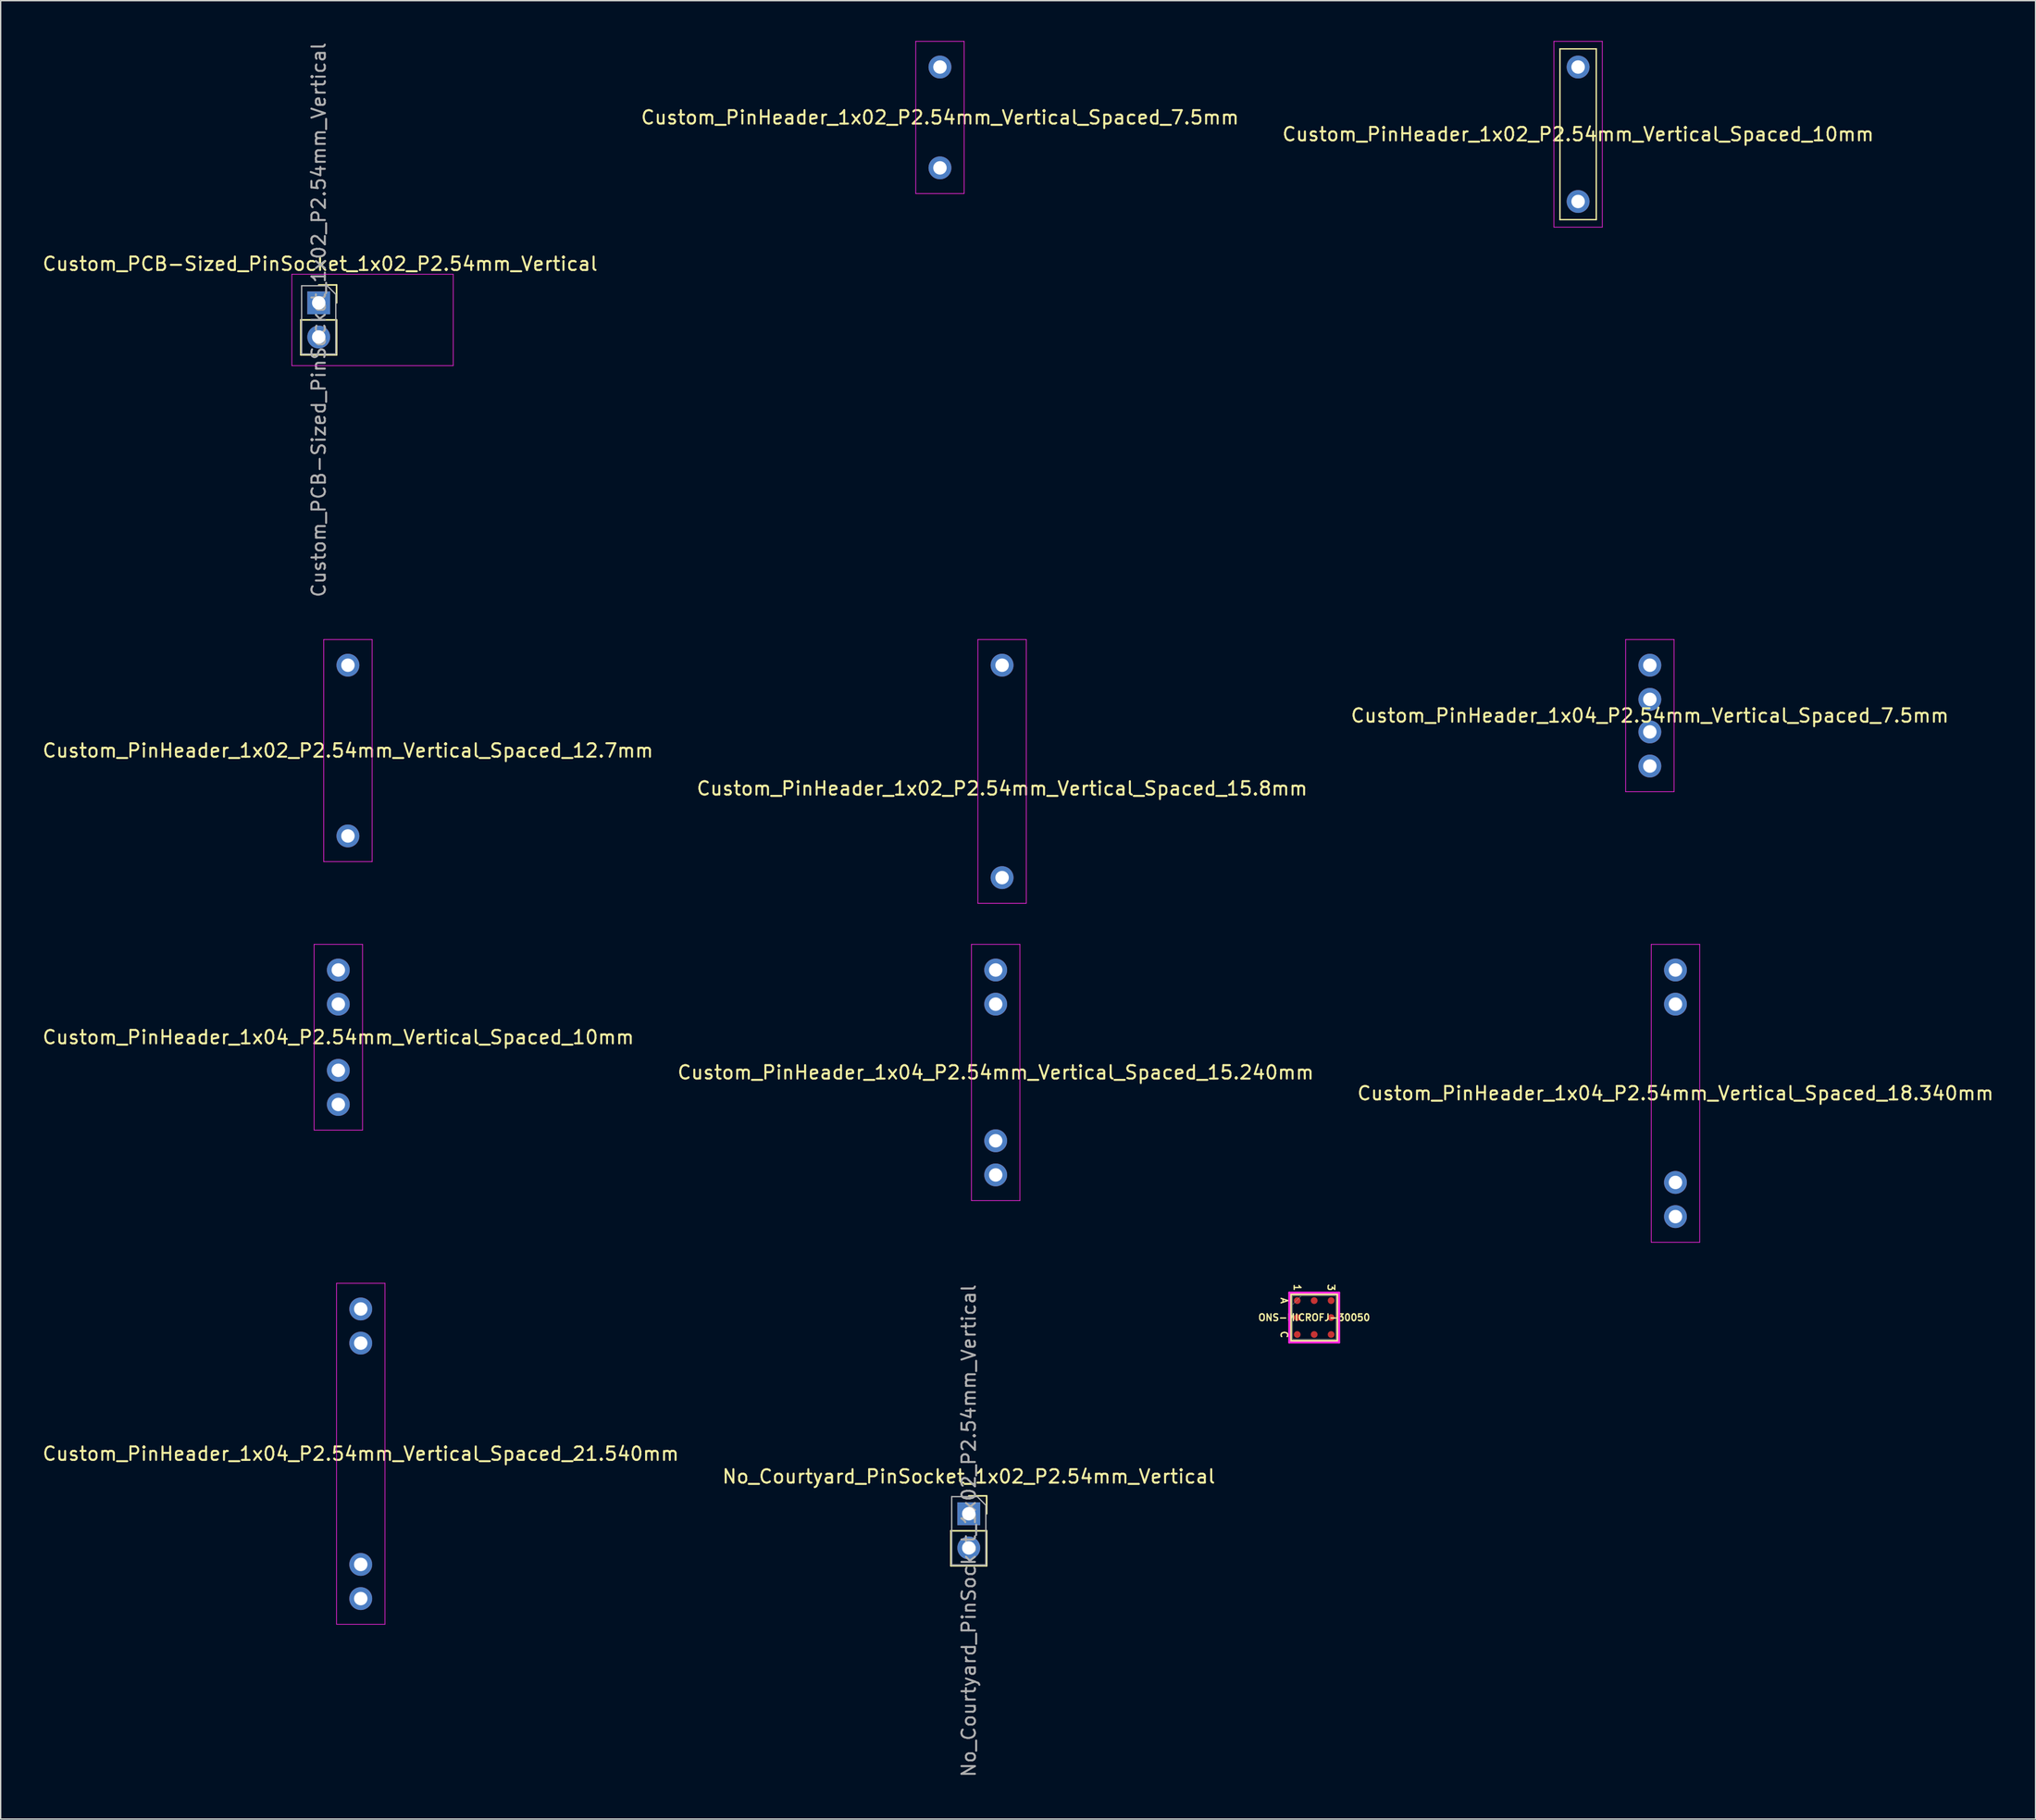
<source format=kicad_pcb>
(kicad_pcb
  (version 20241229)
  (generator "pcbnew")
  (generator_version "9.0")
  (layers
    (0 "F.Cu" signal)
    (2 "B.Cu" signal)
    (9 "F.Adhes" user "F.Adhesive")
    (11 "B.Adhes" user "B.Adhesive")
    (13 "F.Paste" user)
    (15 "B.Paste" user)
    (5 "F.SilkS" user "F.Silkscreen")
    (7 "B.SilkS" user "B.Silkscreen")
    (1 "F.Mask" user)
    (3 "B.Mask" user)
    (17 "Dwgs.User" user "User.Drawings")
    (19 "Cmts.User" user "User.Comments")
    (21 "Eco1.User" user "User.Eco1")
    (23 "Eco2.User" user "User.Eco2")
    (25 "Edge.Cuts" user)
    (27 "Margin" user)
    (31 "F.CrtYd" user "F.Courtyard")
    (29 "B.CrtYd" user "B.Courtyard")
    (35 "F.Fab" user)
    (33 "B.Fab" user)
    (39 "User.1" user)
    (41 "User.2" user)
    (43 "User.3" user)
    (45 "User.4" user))
  (footprint "Custom_PinHeader_1x04_P2.54mm_Vertical_Spaced_18.340mm"
    (layer "F.Cu")
    (at 121.506 78.263)
    (property "Reference" "Custom_PinHeader_1x04_P2.54mm_Vertical_Spaced_18.340mm" (at 0 0 0) (layer "F.SilkS") (effects (font (size 1 1) (thickness 0.15))))
    (attr through_hole)
    (fp_line (start -1.8 -11.08) (end -1.8 11.08) (stroke (width 0.05) (type solid)) (layer "F.CrtYd"))
    (fp_line (start -1.8 11.08) (end 1.8 11.08) (stroke (width 0.05) (type solid)) (layer "F.CrtYd"))
    (fp_line (start 1.8 -11.08) (end -1.8 -11.08) (stroke (width 0.05) (type solid)) (layer "F.CrtYd"))
    (fp_line (start 1.8 11.08) (end 1.8 -11.08) (stroke (width 0.05) (type solid)) (layer "F.CrtYd"))
    (fp_circle (center 0 6.02) (end 0.2 6.02) (stroke (width 0.1) (type default)) (fill no) (layer "User.1"))
    (pad "1" thru_hole circle (at 0 -9.17) (size 1.7 1.7) (drill 1) (layers "*.Cu" "*.Mask"))
    (pad "1" thru_hole oval (at 0 -6.63) (size 1.7 1.7) (drill 1) (layers "*.Cu" "*.Mask"))
    (pad "2" thru_hole oval (at 0 6.63) (size 1.7 1.7) (drill 1) (layers "*.Cu" "*.Mask"))
    (pad "2" thru_hole oval (at 0 9.17) (size 1.7 1.7) (drill 1) (layers "*.Cu" "*.Mask")))
  (footprint "Custom_PinHeader_1x02_P2.54mm_Vertical_Spaced_7.5mm"
    (layer "F.Cu")
    (at 66.827 5.685)
    (property "Reference" "Custom_PinHeader_1x02_P2.54mm_Vertical_Spaced_7.5mm" (at 0 0 0) (layer "F.SilkS") (effects (font (size 1 1) (thickness 0.15))))
    (attr through_hole)
    (fp_line (start -1.8 -5.66) (end -1.8 5.66) (stroke (width 0.05) (type solid)) (layer "F.CrtYd"))
    (fp_line (start -1.8 5.66) (end 1.8 5.66) (stroke (width 0.05) (type solid)) (layer "F.CrtYd"))
    (fp_line (start 1.8 -5.66) (end -1.8 -5.66) (stroke (width 0.05) (type solid)) (layer "F.CrtYd"))
    (fp_line (start 1.8 5.66) (end 1.8 -5.66) (stroke (width 0.05) (type solid)) (layer "F.CrtYd"))
    (pad "1" thru_hole circle (at 0 -3.75) (size 1.7 1.7) (drill 1) (layers "*.Cu" "*.Mask"))
    (pad "2" thru_hole oval (at 0 3.75) (size 1.7 1.7) (drill 1) (layers "*.Cu" "*.Mask")))
  (footprint "No_Courtyard_PinSocket_1x02_P2.54mm_Vertical"
    (layer "F.Cu")
    (at 68.97 109.533)
    (property "Reference" "No_Courtyard_PinSocket_1x02_P2.54mm_Vertical" (at 0 -2.77 0) (layer "F.SilkS") (effects (font (size 1 1) (thickness 0.15))))
    (attr through_hole)
    (fp_line (start -1.33 1.27) (end -1.33 3.87) (stroke (width 0.12) (type solid)) (layer "F.SilkS"))
    (fp_line (start -1.33 1.27) (end 1.33 1.27) (stroke (width 0.12) (type solid)) (layer "F.SilkS"))
    (fp_line (start -1.33 3.87) (end 1.33 3.87) (stroke (width 0.12) (type solid)) (layer "F.SilkS"))
    (fp_line (start 0 -1.33) (end 1.33 -1.33) (stroke (width 0.12) (type solid)) (layer "F.SilkS"))
    (fp_line (start 1.33 -1.33) (end 1.33 0) (stroke (width 0.12) (type solid)) (layer "F.SilkS"))
    (fp_line (start 1.33 1.27) (end 1.33 3.87) (stroke (width 0.12) (type solid)) (layer "F.SilkS"))
    (fp_line (start -1.27 -1.27) (end 0.635 -1.27) (stroke (width 0.1) (type solid)) (layer "F.Fab"))
    (fp_line (start -1.27 3.81) (end -1.27 -1.27) (stroke (width 0.1) (type solid)) (layer "F.Fab"))
    (fp_line (start 0.635 -1.27) (end 1.27 -0.635) (stroke (width 0.1) (type solid)) (layer "F.Fab"))
    (fp_line (start 1.27 -0.635) (end 1.27 3.81) (stroke (width 0.1) (type solid)) (layer "F.Fab"))
    (fp_line (start 1.27 3.81) (end -1.27 3.81) (stroke (width 0.1) (type solid)) (layer "F.Fab"))
    (fp_text user "${REFERENCE}" (at 0 1.27 90) (layer "F.Fab") (effects (font (size 1 1) (thickness 0.15))))
    (pad "1" thru_hole rect (at 0 0) (size 1.7 1.7) (drill 1) (layers "*.Cu" "*.Mask"))
    (pad "2" thru_hole circle (at 0 2.54) (size 1.7 1.7) (drill 1) (layers "*.Cu" "*.Mask")))
  (footprint "Custom_PCB-Sized_PinSocket_1x02_P2.54mm_Vertical"
    (layer "F.Cu")
    (at 20.644 19.474)
    (property "Reference" "Custom_PCB-Sized_PinSocket_1x02_P2.54mm_Vertical" (at 0.1 -2.9 0) (layer "F.SilkS") (effects (font (size 1 1) (thickness 0.15))))
    (attr through_hole)
    (fp_line (start -1.33 1.27) (end -1.33 3.87) (stroke (width 0.12) (type solid)) (layer "F.SilkS"))
    (fp_line (start -1.33 1.27) (end 1.33 1.27) (stroke (width 0.12) (type solid)) (layer "F.SilkS"))
    (fp_line (start -1.33 3.87) (end 1.33 3.87) (stroke (width 0.12) (type solid)) (layer "F.SilkS"))
    (fp_line (start 0 -1.33) (end 1.33 -1.33) (stroke (width 0.12) (type solid)) (layer "F.SilkS"))
    (fp_line (start 1.33 -1.33) (end 1.33 0) (stroke (width 0.12) (type solid)) (layer "F.SilkS"))
    (fp_line (start 1.33 1.27) (end 1.33 3.87) (stroke (width 0.12) (type solid)) (layer "F.SilkS"))
    (fp_line (start -2 -2.13) (end 10 -2.13) (stroke (width 0.05) (type solid)) (layer "F.CrtYd"))
    (fp_line (start -2 4.67) (end -2 -2.13) (stroke (width 0.05) (type solid)) (layer "F.CrtYd"))
    (fp_line (start 10 -2.13) (end 10 4.67) (stroke (width 0.05) (type solid)) (layer "F.CrtYd"))
    (fp_line (start 10 4.67) (end -2 4.67) (stroke (width 0.05) (type solid)) (layer "F.CrtYd"))
    (fp_line (start -1.27 -1.27) (end 0.635 -1.27) (stroke (width 0.1) (type solid)) (layer "F.Fab"))
    (fp_line (start -1.27 3.81) (end -1.27 -1.27) (stroke (width 0.1) (type solid)) (layer "F.Fab"))
    (fp_line (start 0.635 -1.27) (end 1.27 -0.635) (stroke (width 0.1) (type solid)) (layer "F.Fab"))
    (fp_line (start 1.27 -0.635) (end 1.27 3.81) (stroke (width 0.1) (type solid)) (layer "F.Fab"))
    (fp_line (start 1.27 3.81) (end -1.27 3.81) (stroke (width 0.1) (type solid)) (layer "F.Fab"))
    (fp_text user "${REFERENCE}" (at 0 1.27 90) (layer "F.Fab") (effects (font (size 1 1) (thickness 0.15))))
    (pad "1" thru_hole rect (at 0 0) (size 1.7 1.7) (drill 1) (layers "*.Cu" "*.Mask"))
    (pad "2" thru_hole circle (at 0 2.54) (size 1.7 1.7) (drill 1) (layers "*.Cu" "*.Mask")))
  (footprint "Custom_PinHeader_1x04_P2.54mm_Vertical_Spaced_15.240mm"
    (layer "F.Cu")
    (at 70.97 76.713)
    (property "Reference" "Custom_PinHeader_1x04_P2.54mm_Vertical_Spaced_15.240mm" (at 0 0 0) (layer "F.SilkS") (effects (font (size 1 1) (thickness 0.15))))
    (attr through_hole)
    (fp_line (start -1.8 -9.53) (end -1.8 9.53) (stroke (width 0.05) (type solid)) (layer "F.CrtYd"))
    (fp_line (start -1.8 9.53) (end 1.8 9.53) (stroke (width 0.05) (type solid)) (layer "F.CrtYd"))
    (fp_line (start 1.8 -9.53) (end -1.8 -9.53) (stroke (width 0.05) (type solid)) (layer "F.CrtYd"))
    (fp_line (start 1.8 9.53) (end 1.8 -9.53) (stroke (width 0.05) (type solid)) (layer "F.CrtYd"))
    (fp_circle (center 0 4.47) (end 0.2 4.47) (stroke (width 0.1) (type default)) (fill no) (layer "User.1"))
    (pad "1" thru_hole circle (at 0 -7.62) (size 1.7 1.7) (drill 1) (layers "*.Cu" "*.Mask"))
    (pad "1" thru_hole oval (at 0 -5.08) (size 1.7 1.7) (drill 1) (layers "*.Cu" "*.Mask"))
    (pad "2" thru_hole oval (at 0 5.08) (size 1.7 1.7) (drill 1) (layers "*.Cu" "*.Mask"))
    (pad "2" thru_hole oval (at 0 7.62) (size 1.7 1.7) (drill 1) (layers "*.Cu" "*.Mask")))
  (footprint "Custom_PinHeader_1x02_P2.54mm_Vertical_Spaced_10mm"
    (layer "F.Cu")
    (at 114.268 6.935)
    (property "Reference" "Custom_PinHeader_1x02_P2.54mm_Vertical_Spaced_10mm" (at 0 0 0) (layer "F.SilkS") (effects (font (size 1 1) (thickness 0.15))))
    (attr through_hole)
    (fp_line (start -1.35 -6.35) (end 1.35 -6.35) (stroke (width 0.1) (type default)) (layer "F.SilkS"))
    (fp_line (start -1.35 6.35) (end -1.35 -6.35) (stroke (width 0.1) (type default)) (layer "F.SilkS"))
    (fp_line (start 1.35 -6.35) (end 1.35 6.35) (stroke (width 0.1) (type default)) (layer "F.SilkS"))
    (fp_line (start 1.35 6.35) (end -1.35 6.35) (stroke (width 0.1) (type default)) (layer "F.SilkS"))
    (fp_line (start -1.8 -6.91) (end -1.8 6.91) (stroke (width 0.05) (type solid)) (layer "F.CrtYd"))
    (fp_line (start -1.8 6.91) (end 1.8 6.91) (stroke (width 0.05) (type solid)) (layer "F.CrtYd"))
    (fp_line (start 1.8 -6.91) (end -1.8 -6.91) (stroke (width 0.05) (type solid)) (layer "F.CrtYd"))
    (fp_line (start 1.8 6.91) (end 1.8 -6.91) (stroke (width 0.05) (type solid)) (layer "F.CrtYd"))
    (pad "1" thru_hole circle (at 0 -5) (size 1.7 1.7) (drill 1) (layers "*.Cu" "*.Mask"))
    (pad "2" thru_hole oval (at 0 5) (size 1.7 1.7) (drill 1) (layers "*.Cu" "*.Mask")))
  (footprint "ONS-MICROFJ-30050"
    (layer "F.Cu")
    (at 94.648 94.941)
    (property "Reference" "ONS-MICROFJ-30050" (at 0 0 0) (unlocked yes) (layer "F.SilkS") (effects (font (size 0.5 0.5) (thickness 0.1))))
    (attr smd)
    (fp_line (start -1.727 -1.727) (end -1.727 1.727) (stroke (width 0.152) (type solid)) (layer "F.SilkS"))
    (fp_line (start -1.727 1.727) (end 1.727 1.727) (stroke (width 0.152) (type solid)) (layer "F.SilkS"))
    (fp_line (start 1.727 -1.727) (end -1.727 -1.727) (stroke (width 0.152) (type solid)) (layer "F.SilkS"))
    (fp_line (start 1.727 1.727) (end 1.727 -1.727) (stroke (width 0.152) (type solid)) (layer "F.SilkS"))
    (fp_line (start -1.854 -1.854) (end 1.854 -1.854) (stroke (width 0.152) (type solid)) (layer "F.CrtYd"))
    (fp_line (start -1.854 1.854) (end -1.854 -1.854) (stroke (width 0.152) (type solid)) (layer "F.CrtYd"))
    (fp_line (start 1.854 -1.854) (end 1.854 1.854) (stroke (width 0.152) (type solid)) (layer "F.CrtYd"))
    (fp_line (start 1.854 1.854) (end -1.854 1.854) (stroke (width 0.152) (type solid)) (layer "F.CrtYd"))
    (fp_line (start -1.6 -1.6) (end -1.6 1.6) (stroke (width 0.025) (type solid)) (layer "F.Fab"))
    (fp_line (start -1.6 1.6) (end 1.6 1.6) (stroke (width 0.025) (type solid)) (layer "F.Fab"))
    (fp_line (start -0.97 -1.6) (end -1.6 -0.97) (stroke (width 0.025) (type solid)) (layer "F.Fab"))
    (fp_line (start 1.6 -1.6) (end -1.6 -1.6) (stroke (width 0.025) (type solid)) (layer "F.Fab"))
    (fp_line (start 1.6 1.6) (end 1.6 -1.6) (stroke (width 0.025) (type solid)) (layer "F.Fab"))
    (fp_text user "C" (at -2.235 1.26 270) (unlocked yes) (layer "F.SilkS") (effects (font (size 0.5 0.5) (thickness 0.1) (bold yes))))
    (fp_text user "A" (at -2.235 -1.26 270) (unlocked yes) (layer "F.SilkS") (effects (font (size 0.5 0.5) (thickness 0.1) (bold yes))))
    (fp_text user "1" (at -1.26 -2.235 270) (unlocked yes) (layer "F.SilkS") (effects (font (size 0.5 0.5) (thickness 0.1) (bold yes))))
    (fp_text user "3" (at 1.26 -2.235 270) (unlocked yes) (layer "F.SilkS") (effects (font (size 0.5 0.5) (thickness 0.1) (bold yes))))
    (pad "A1" smd circle (at -1.26 -1.26) (size 0.5 0.5) (layers "F.Cu" "F.Mask" "F.Paste"))
    (pad "A2" smd circle (at 0 -1.26) (size 0.5 0.5) (layers "F.Cu" "F.Mask" "F.Paste"))
    (pad "A3" smd circle (at 1.26 -1.26) (size 0.5 0.5) (layers "F.Cu" "F.Mask" "F.Paste"))
    (pad "B1" smd circle (at -1.26 0) (size 0.5 0.5) (layers "F.Cu" "F.Mask" "F.Paste"))
    (pad "B3" smd circle (at 1.26 0) (size 0.5 0.5) (layers "F.Cu" "F.Mask" "F.Paste"))
    (pad "C1" smd circle (at -1.26 1.26) (size 0.5 0.5) (layers "F.Cu" "F.Mask" "F.Paste"))
    (pad "C2" smd circle (at 0 1.26) (size 0.5 0.5) (layers "F.Cu" "F.Mask" "F.Paste"))
    (pad "C3" smd circle (at 1.26 1.26) (size 0.5 0.5) (layers "F.Cu" "F.Mask" "F.Paste")))
  (footprint "Custom_PinHeader_1x04_P2.54mm_Vertical_Spaced_10mm"
    (layer "F.Cu")
    (at 22.101 74.093)
    (property "Reference" "Custom_PinHeader_1x04_P2.54mm_Vertical_Spaced_10mm" (at 0 0 0) (layer "F.SilkS") (effects (font (size 1 1) (thickness 0.15))))
    (attr through_hole)
    (fp_line (start -1.8 -6.91) (end -1.8 6.91) (stroke (width 0.05) (type solid)) (layer "F.CrtYd"))
    (fp_line (start -1.8 6.91) (end 1.8 6.91) (stroke (width 0.05) (type solid)) (layer "F.CrtYd"))
    (fp_line (start 1.8 -6.91) (end -1.8 -6.91) (stroke (width 0.05) (type solid)) (layer "F.CrtYd"))
    (fp_line (start 1.8 6.91) (end 1.8 -6.91) (stroke (width 0.05) (type solid)) (layer "F.CrtYd"))
    (fp_circle (center 0 1.85) (end 0.2 1.85) (stroke (width 0.1) (type default)) (fill no) (layer "User.1"))
    (pad "1" thru_hole circle (at 0 -5) (size 1.7 1.7) (drill 1) (layers "*.Cu" "*.Mask"))
    (pad "1" thru_hole oval (at 0 -2.46) (size 1.7 1.7) (drill 1) (layers "*.Cu" "*.Mask"))
    (pad "2" thru_hole oval (at 0 2.46) (size 1.7 1.7) (drill 1) (layers "*.Cu" "*.Mask"))
    (pad "2" thru_hole oval (at 0 5) (size 1.7 1.7) (drill 1) (layers "*.Cu" "*.Mask")))
  (footprint "Custom_PinHeader_1x04_P2.54mm_Vertical_Spaced_7.5mm"
    (layer "F.Cu")
    (at 119.601 50.173)
    (property "Reference" "Custom_PinHeader_1x04_P2.54mm_Vertical_Spaced_7.5mm" (at 0 0 0) (layer "F.SilkS") (effects (font (size 1 1) (thickness 0.15))))
    (attr through_hole)
    (fp_line (start -1.8 -5.66) (end -1.8 5.66) (stroke (width 0.05) (type solid)) (layer "F.CrtYd"))
    (fp_line (start -1.8 5.66) (end 1.8 5.66) (stroke (width 0.05) (type solid)) (layer "F.CrtYd"))
    (fp_line (start 1.8 -5.66) (end -1.8 -5.66) (stroke (width 0.05) (type solid)) (layer "F.CrtYd"))
    (fp_line (start 1.8 5.66) (end 1.8 -5.66) (stroke (width 0.05) (type solid)) (layer "F.CrtYd"))
    (fp_circle (center 0 0.6) (end 0.2 0.6) (stroke (width 0.1) (type default)) (fill no) (layer "User.1"))
    (pad "1" thru_hole circle (at 0 -3.75) (size 1.7 1.7) (drill 1) (layers "*.Cu" "*.Mask"))
    (pad "1" thru_hole oval (at 0 -1.21) (size 1.7 1.7) (drill 1) (layers "*.Cu" "*.Mask"))
    (pad "2" thru_hole oval (at 0 1.21) (size 1.7 1.7) (drill 1) (layers "*.Cu" "*.Mask"))
    (pad "2" thru_hole oval (at 0 3.75) (size 1.7 1.7) (drill 1) (layers "*.Cu" "*.Mask")))
  (footprint "Custom_PinHeader_1x04_P2.54mm_Vertical_Spaced_21.540mm"
    (layer "F.Cu")
    (at 23.768 105.073)
    (property "Reference" "Custom_PinHeader_1x04_P2.54mm_Vertical_Spaced_21.540mm" (at 0 0 0) (layer "F.SilkS") (effects (font (size 1 1) (thickness 0.15))))
    (attr through_hole)
    (fp_line (start -1.8 -12.68) (end -1.8 12.68) (stroke (width 0.05) (type solid)) (layer "F.CrtYd"))
    (fp_line (start -1.8 12.68) (end 1.8 12.68) (stroke (width 0.05) (type solid)) (layer "F.CrtYd"))
    (fp_line (start 1.8 -12.68) (end -1.8 -12.68) (stroke (width 0.05) (type solid)) (layer "F.CrtYd"))
    (fp_line (start 1.8 12.68) (end 1.8 -12.68) (stroke (width 0.05) (type solid)) (layer "F.CrtYd"))
    (fp_circle (center 0 7.62) (end 0.2 7.62) (stroke (width 0.1) (type default)) (fill no) (layer "User.1"))
    (pad "1" thru_hole circle (at 0 -10.77) (size 1.7 1.7) (drill 1) (layers "*.Cu" "*.Mask"))
    (pad "1" thru_hole oval (at 0 -8.23) (size 1.7 1.7) (drill 1) (layers "*.Cu" "*.Mask"))
    (pad "2" thru_hole oval (at 0 8.23) (size 1.7 1.7) (drill 1) (layers "*.Cu" "*.Mask"))
    (pad "2" thru_hole oval (at 0 10.77) (size 1.7 1.7) (drill 1) (layers "*.Cu" "*.Mask")))
  (footprint "Custom_PinHeader_1x02_P2.54mm_Vertical_Spaced_15.8mm"
    (placed yes)
    (layer "F.Cu")
    (at 71.446 55.593)
    (property "Reference" "Custom_PinHeader_1x02_P2.54mm_Vertical_Spaced_15.8mm" (at 0 0 180) (layer "F.SilkS") (effects (font (size 1 1) (thickness 0.15))))
    (attr through_hole)
    (fp_line (start -1.8 -11.08) (end -1.8 8.54) (stroke (width 0.05) (type solid)) (layer "F.CrtYd"))
    (fp_line (start -1.8 8.54) (end 1.8 8.54) (stroke (width 0.05) (type solid)) (layer "F.CrtYd"))
    (fp_line (start 1.8 -11.08) (end -1.8 -11.08) (stroke (width 0.05) (type solid)) (layer "F.CrtYd"))
    (fp_line (start 1.8 8.54) (end 1.8 -11.08) (stroke (width 0.05) (type solid)) (layer "F.CrtYd"))
    (fp_circle (center 0 6.02) (end 0.2 6.02) (stroke (width 0.1) (type default)) (fill no) (layer "User.1"))
    (pad "1" thru_hole circle (at 0 -9.17) (size 1.7 1.7) (drill 1) (layers "*.Cu" "*.Mask"))
    (pad "2" thru_hole oval (at 0 6.63) (size 1.7 1.7) (drill 1) (layers "*.Cu" "*.Mask")))
  (footprint "Custom_PinHeader_1x02_P2.54mm_Vertical_Spaced_12.7mm"
    (layer "F.Cu")
    (at 22.815 52.773)
    (property "Reference" "Custom_PinHeader_1x02_P2.54mm_Vertical_Spaced_12.7mm" (at 0 0 0) (layer "F.SilkS") (effects (font (size 1 1) (thickness 0.15))))
    (attr through_hole)
    (fp_line (start -1.8 -8.26) (end -1.8 8.26) (stroke (width 0.05) (type solid)) (layer "F.CrtYd"))
    (fp_line (start -1.8 8.26) (end 1.8 8.26) (stroke (width 0.05) (type solid)) (layer "F.CrtYd"))
    (fp_line (start 1.8 -8.26) (end -1.8 -8.26) (stroke (width 0.05) (type solid)) (layer "F.CrtYd"))
    (fp_line (start 1.8 8.26) (end 1.8 -8.26) (stroke (width 0.05) (type solid)) (layer "F.CrtYd"))
    (pad "1" thru_hole circle (at 0 -6.35) (size 1.7 1.7) (drill 1) (layers "*.Cu" "*.Mask"))
    (pad "2" thru_hole oval (at 0 6.35) (size 1.7 1.7) (drill 1) (layers "*.Cu" "*.Mask")))
  (gr_rect
    (start -3 -3)
    (end 148.274 132.237)
    (stroke (width 0.1) (type default))
    (fill no)
    (layer "Edge.Cuts")))
</source>
